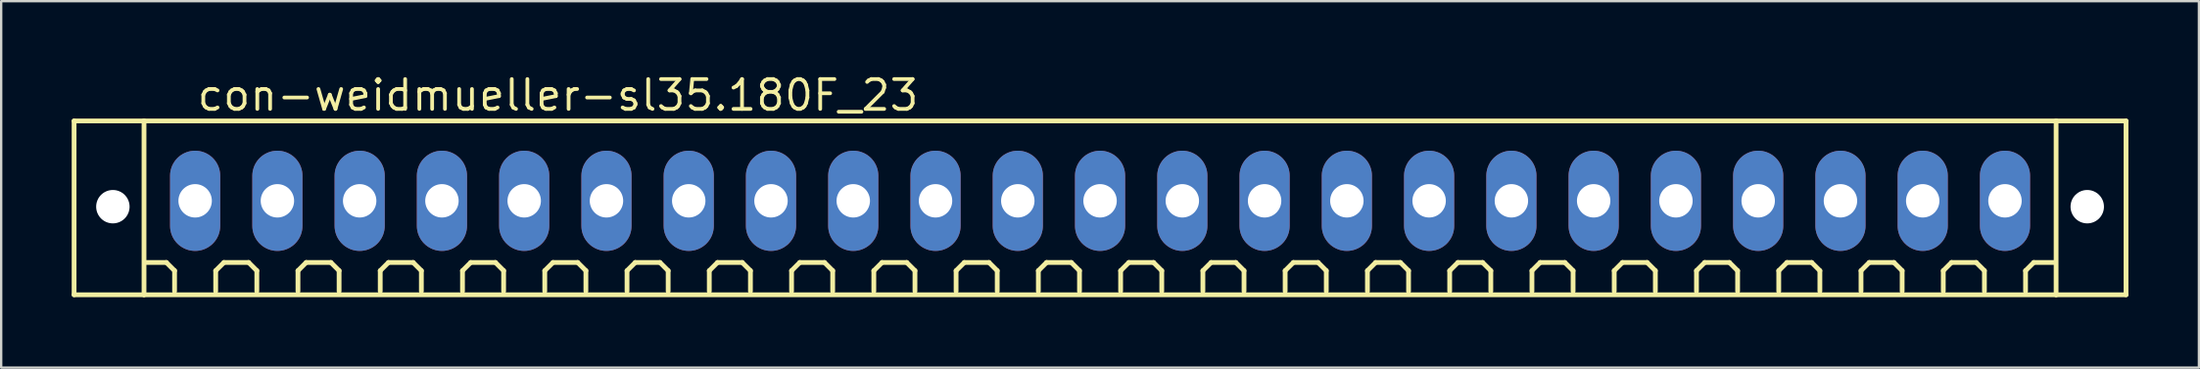
<source format=kicad_pcb>
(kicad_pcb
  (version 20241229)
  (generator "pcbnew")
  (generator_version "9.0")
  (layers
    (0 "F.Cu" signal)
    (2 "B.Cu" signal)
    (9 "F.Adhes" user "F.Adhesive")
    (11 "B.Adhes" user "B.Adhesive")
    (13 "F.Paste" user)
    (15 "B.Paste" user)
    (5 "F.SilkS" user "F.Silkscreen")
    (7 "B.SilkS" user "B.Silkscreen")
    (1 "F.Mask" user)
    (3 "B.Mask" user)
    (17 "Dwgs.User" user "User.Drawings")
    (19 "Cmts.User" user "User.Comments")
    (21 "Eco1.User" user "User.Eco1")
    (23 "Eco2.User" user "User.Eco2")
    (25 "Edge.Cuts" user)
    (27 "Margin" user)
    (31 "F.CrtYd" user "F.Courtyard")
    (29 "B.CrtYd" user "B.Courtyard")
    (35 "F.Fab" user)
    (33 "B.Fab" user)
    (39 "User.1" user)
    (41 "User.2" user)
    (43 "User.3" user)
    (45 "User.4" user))
  (footprint "con-weidmueller-sl35.180F_23"
    (layer "F.Cu")
    (at 43.752 5.5)
    (property "Reference" "con-weidmueller-sl35.180F_23" (at -38.5 -3.75 0) (layer "F.SilkS") (effects (font (size 1.27 1.27) (thickness 0.16)) (justify left bottom)))
    (attr through_hole)
    (fp_line (start -43.65 -3.4) (end -40.675 -3.4) (stroke (width 0.203) (type default)) (layer "F.SilkS"))
    (fp_line (start -43.65 4) (end -43.65 -3.4) (stroke (width 0.203) (type default)) (layer "F.SilkS"))
    (fp_line (start -40.675 -3.4) (end 40.675 -3.4) (stroke (width 0.203) (type default)) (layer "F.SilkS"))
    (fp_line (start -40.675 4) (end -43.65 4) (stroke (width 0.203) (type default)) (layer "F.SilkS"))
    (fp_line (start -40.675 4) (end -40.675 -3.4) (stroke (width 0.203) (type default)) (layer "F.SilkS"))
    (fp_line (start -39.725 2.625) (end -40.6 2.625) (stroke (width 0.203) (type default)) (layer "F.SilkS"))
    (fp_line (start -39.375 2.975) (end -39.725 2.625) (stroke (width 0.203) (type default)) (layer "F.SilkS"))
    (fp_line (start -39.375 3.85) (end -39.375 2.975) (stroke (width 0.203) (type default)) (layer "F.SilkS"))
    (fp_line (start -37.625 2.975) (end -37.275 2.625) (stroke (width 0.203) (type default)) (layer "F.SilkS"))
    (fp_line (start -37.625 3.85) (end -37.625 2.975) (stroke (width 0.203) (type default)) (layer "F.SilkS"))
    (fp_line (start -37.275 2.625) (end -36.225 2.625) (stroke (width 0.203) (type default)) (layer "F.SilkS"))
    (fp_line (start -36.225 2.625) (end -35.875 2.975) (stroke (width 0.203) (type default)) (layer "F.SilkS"))
    (fp_line (start -35.875 2.975) (end -35.875 3.85) (stroke (width 0.203) (type default)) (layer "F.SilkS"))
    (fp_line (start -34.125 2.975) (end -33.775 2.625) (stroke (width 0.203) (type default)) (layer "F.SilkS"))
    (fp_line (start -34.125 3.85) (end -34.125 2.975) (stroke (width 0.203) (type default)) (layer "F.SilkS"))
    (fp_line (start -33.775 2.625) (end -32.725 2.625) (stroke (width 0.203) (type default)) (layer "F.SilkS"))
    (fp_line (start -32.725 2.625) (end -32.375 2.975) (stroke (width 0.203) (type default)) (layer "F.SilkS"))
    (fp_line (start -32.375 2.975) (end -32.375 3.85) (stroke (width 0.203) (type default)) (layer "F.SilkS"))
    (fp_line (start -30.625 2.975) (end -30.275 2.625) (stroke (width 0.203) (type default)) (layer "F.SilkS"))
    (fp_line (start -30.625 3.85) (end -30.625 2.975) (stroke (width 0.203) (type default)) (layer "F.SilkS"))
    (fp_line (start -30.275 2.625) (end -29.225 2.625) (stroke (width 0.203) (type default)) (layer "F.SilkS"))
    (fp_line (start -29.225 2.625) (end -28.875 2.975) (stroke (width 0.203) (type default)) (layer "F.SilkS"))
    (fp_line (start -28.875 2.975) (end -28.875 3.85) (stroke (width 0.203) (type default)) (layer "F.SilkS"))
    (fp_line (start -27.125 2.975) (end -26.775 2.625) (stroke (width 0.203) (type default)) (layer "F.SilkS"))
    (fp_line (start -27.125 3.85) (end -27.125 2.975) (stroke (width 0.203) (type default)) (layer "F.SilkS"))
    (fp_line (start -26.775 2.625) (end -25.725 2.625) (stroke (width 0.203) (type default)) (layer "F.SilkS"))
    (fp_line (start -25.725 2.625) (end -25.375 2.975) (stroke (width 0.203) (type default)) (layer "F.SilkS"))
    (fp_line (start -25.375 2.975) (end -25.375 3.85) (stroke (width 0.203) (type default)) (layer "F.SilkS"))
    (fp_line (start -23.625 2.975) (end -23.275 2.625) (stroke (width 0.203) (type default)) (layer "F.SilkS"))
    (fp_line (start -23.625 3.85) (end -23.625 2.975) (stroke (width 0.203) (type default)) (layer "F.SilkS"))
    (fp_line (start -23.275 2.625) (end -22.225 2.625) (stroke (width 0.203) (type default)) (layer "F.SilkS"))
    (fp_line (start -22.225 2.625) (end -21.875 2.975) (stroke (width 0.203) (type default)) (layer "F.SilkS"))
    (fp_line (start -21.875 2.975) (end -21.875 3.85) (stroke (width 0.203) (type default)) (layer "F.SilkS"))
    (fp_line (start -20.125 2.975) (end -19.775 2.625) (stroke (width 0.203) (type default)) (layer "F.SilkS"))
    (fp_line (start -20.125 3.85) (end -20.125 2.975) (stroke (width 0.203) (type default)) (layer "F.SilkS"))
    (fp_line (start -19.775 2.625) (end -18.725 2.625) (stroke (width 0.203) (type default)) (layer "F.SilkS"))
    (fp_line (start -18.725 2.625) (end -18.375 2.975) (stroke (width 0.203) (type default)) (layer "F.SilkS"))
    (fp_line (start -18.375 2.975) (end -18.375 3.85) (stroke (width 0.203) (type default)) (layer "F.SilkS"))
    (fp_line (start -16.625 2.975) (end -16.275 2.625) (stroke (width 0.203) (type default)) (layer "F.SilkS"))
    (fp_line (start -16.625 3.85) (end -16.625 2.975) (stroke (width 0.203) (type default)) (layer "F.SilkS"))
    (fp_line (start -16.275 2.625) (end -15.225 2.625) (stroke (width 0.203) (type default)) (layer "F.SilkS"))
    (fp_line (start -15.225 2.625) (end -14.875 2.975) (stroke (width 0.203) (type default)) (layer "F.SilkS"))
    (fp_line (start -14.875 2.975) (end -14.875 3.85) (stroke (width 0.203) (type default)) (layer "F.SilkS"))
    (fp_line (start -13.125 2.975) (end -12.775 2.625) (stroke (width 0.203) (type default)) (layer "F.SilkS"))
    (fp_line (start -13.125 3.85) (end -13.125 2.975) (stroke (width 0.203) (type default)) (layer "F.SilkS"))
    (fp_line (start -12.775 2.625) (end -11.725 2.625) (stroke (width 0.203) (type default)) (layer "F.SilkS"))
    (fp_line (start -11.725 2.625) (end -11.375 2.975) (stroke (width 0.203) (type default)) (layer "F.SilkS"))
    (fp_line (start -11.375 2.975) (end -11.375 3.85) (stroke (width 0.203) (type default)) (layer "F.SilkS"))
    (fp_line (start -9.625 2.975) (end -9.275 2.625) (stroke (width 0.203) (type default)) (layer "F.SilkS"))
    (fp_line (start -9.625 3.85) (end -9.625 2.975) (stroke (width 0.203) (type default)) (layer "F.SilkS"))
    (fp_line (start -9.275 2.625) (end -8.225 2.625) (stroke (width 0.203) (type default)) (layer "F.SilkS"))
    (fp_line (start -8.225 2.625) (end -7.875 2.975) (stroke (width 0.203) (type default)) (layer "F.SilkS"))
    (fp_line (start -7.875 2.975) (end -7.875 3.85) (stroke (width 0.203) (type default)) (layer "F.SilkS"))
    (fp_line (start -6.125 2.975) (end -5.775 2.625) (stroke (width 0.203) (type default)) (layer "F.SilkS"))
    (fp_line (start -6.125 3.85) (end -6.125 2.975) (stroke (width 0.203) (type default)) (layer "F.SilkS"))
    (fp_line (start -5.775 2.625) (end -4.725 2.625) (stroke (width 0.203) (type default)) (layer "F.SilkS"))
    (fp_line (start -4.725 2.625) (end -4.375 2.975) (stroke (width 0.203) (type default)) (layer "F.SilkS"))
    (fp_line (start -4.375 2.975) (end -4.375 3.85) (stroke (width 0.203) (type default)) (layer "F.SilkS"))
    (fp_line (start -2.625 2.975) (end -2.275 2.625) (stroke (width 0.203) (type default)) (layer "F.SilkS"))
    (fp_line (start -2.625 3.85) (end -2.625 2.975) (stroke (width 0.203) (type default)) (layer "F.SilkS"))
    (fp_line (start -2.275 2.625) (end -1.225 2.625) (stroke (width 0.203) (type default)) (layer "F.SilkS"))
    (fp_line (start -1.225 2.625) (end -0.875 2.975) (stroke (width 0.203) (type default)) (layer "F.SilkS"))
    (fp_line (start -0.875 2.975) (end -0.875 3.85) (stroke (width 0.203) (type default)) (layer "F.SilkS"))
    (fp_line (start 0.875 2.975) (end 1.225 2.625) (stroke (width 0.203) (type default)) (layer "F.SilkS"))
    (fp_line (start 0.875 3.85) (end 0.875 2.975) (stroke (width 0.203) (type default)) (layer "F.SilkS"))
    (fp_line (start 1.225 2.625) (end 2.275 2.625) (stroke (width 0.203) (type default)) (layer "F.SilkS"))
    (fp_line (start 2.275 2.625) (end 2.625 2.975) (stroke (width 0.203) (type default)) (layer "F.SilkS"))
    (fp_line (start 2.625 2.975) (end 2.625 3.85) (stroke (width 0.203) (type default)) (layer "F.SilkS"))
    (fp_line (start 4.375 2.975) (end 4.725 2.625) (stroke (width 0.203) (type default)) (layer "F.SilkS"))
    (fp_line (start 4.375 3.85) (end 4.375 2.975) (stroke (width 0.203) (type default)) (layer "F.SilkS"))
    (fp_line (start 4.725 2.625) (end 5.775 2.625) (stroke (width 0.203) (type default)) (layer "F.SilkS"))
    (fp_line (start 5.775 2.625) (end 6.125 2.975) (stroke (width 0.203) (type default)) (layer "F.SilkS"))
    (fp_line (start 6.125 2.975) (end 6.125 3.85) (stroke (width 0.203) (type default)) (layer "F.SilkS"))
    (fp_line (start 7.875 2.975) (end 8.225 2.625) (stroke (width 0.203) (type default)) (layer "F.SilkS"))
    (fp_line (start 7.875 3.85) (end 7.875 2.975) (stroke (width 0.203) (type default)) (layer "F.SilkS"))
    (fp_line (start 8.225 2.625) (end 9.275 2.625) (stroke (width 0.203) (type default)) (layer "F.SilkS"))
    (fp_line (start 9.275 2.625) (end 9.625 2.975) (stroke (width 0.203) (type default)) (layer "F.SilkS"))
    (fp_line (start 9.625 2.975) (end 9.625 3.85) (stroke (width 0.203) (type default)) (layer "F.SilkS"))
    (fp_line (start 11.375 2.975) (end 11.725 2.625) (stroke (width 0.203) (type default)) (layer "F.SilkS"))
    (fp_line (start 11.375 3.85) (end 11.375 2.975) (stroke (width 0.203) (type default)) (layer "F.SilkS"))
    (fp_line (start 11.725 2.625) (end 12.775 2.625) (stroke (width 0.203) (type default)) (layer "F.SilkS"))
    (fp_line (start 12.775 2.625) (end 13.125 2.975) (stroke (width 0.203) (type default)) (layer "F.SilkS"))
    (fp_line (start 13.125 2.975) (end 13.125 3.85) (stroke (width 0.203) (type default)) (layer "F.SilkS"))
    (fp_line (start 14.875 2.975) (end 15.225 2.625) (stroke (width 0.203) (type default)) (layer "F.SilkS"))
    (fp_line (start 14.875 3.85) (end 14.875 2.975) (stroke (width 0.203) (type default)) (layer "F.SilkS"))
    (fp_line (start 15.225 2.625) (end 16.275 2.625) (stroke (width 0.203) (type default)) (layer "F.SilkS"))
    (fp_line (start 16.275 2.625) (end 16.625 2.975) (stroke (width 0.203) (type default)) (layer "F.SilkS"))
    (fp_line (start 16.625 2.975) (end 16.625 3.85) (stroke (width 0.203) (type default)) (layer "F.SilkS"))
    (fp_line (start 18.375 2.975) (end 18.725 2.625) (stroke (width 0.203) (type default)) (layer "F.SilkS"))
    (fp_line (start 18.375 3.85) (end 18.375 2.975) (stroke (width 0.203) (type default)) (layer "F.SilkS"))
    (fp_line (start 18.725 2.625) (end 19.775 2.625) (stroke (width 0.203) (type default)) (layer "F.SilkS"))
    (fp_line (start 19.775 2.625) (end 20.125 2.975) (stroke (width 0.203) (type default)) (layer "F.SilkS"))
    (fp_line (start 20.125 2.975) (end 20.125 3.85) (stroke (width 0.203) (type default)) (layer "F.SilkS"))
    (fp_line (start 21.875 2.975) (end 22.225 2.625) (stroke (width 0.203) (type default)) (layer "F.SilkS"))
    (fp_line (start 21.875 3.85) (end 21.875 2.975) (stroke (width 0.203) (type default)) (layer "F.SilkS"))
    (fp_line (start 22.225 2.625) (end 23.275 2.625) (stroke (width 0.203) (type default)) (layer "F.SilkS"))
    (fp_line (start 23.275 2.625) (end 23.625 2.975) (stroke (width 0.203) (type default)) (layer "F.SilkS"))
    (fp_line (start 23.625 2.975) (end 23.625 3.85) (stroke (width 0.203) (type default)) (layer "F.SilkS"))
    (fp_line (start 25.375 2.975) (end 25.725 2.625) (stroke (width 0.203) (type default)) (layer "F.SilkS"))
    (fp_line (start 25.375 3.85) (end 25.375 2.975) (stroke (width 0.203) (type default)) (layer "F.SilkS"))
    (fp_line (start 25.725 2.625) (end 26.775 2.625) (stroke (width 0.203) (type default)) (layer "F.SilkS"))
    (fp_line (start 26.775 2.625) (end 27.125 2.975) (stroke (width 0.203) (type default)) (layer "F.SilkS"))
    (fp_line (start 27.125 2.975) (end 27.125 3.85) (stroke (width 0.203) (type default)) (layer "F.SilkS"))
    (fp_line (start 28.875 2.975) (end 29.225 2.625) (stroke (width 0.203) (type default)) (layer "F.SilkS"))
    (fp_line (start 28.875 3.85) (end 28.875 2.975) (stroke (width 0.203) (type default)) (layer "F.SilkS"))
    (fp_line (start 29.225 2.625) (end 30.275 2.625) (stroke (width 0.203) (type default)) (layer "F.SilkS"))
    (fp_line (start 30.275 2.625) (end 30.625 2.975) (stroke (width 0.203) (type default)) (layer "F.SilkS"))
    (fp_line (start 30.625 2.975) (end 30.625 3.85) (stroke (width 0.203) (type default)) (layer "F.SilkS"))
    (fp_line (start 32.375 2.975) (end 32.725 2.625) (stroke (width 0.203) (type default)) (layer "F.SilkS"))
    (fp_line (start 32.375 3.85) (end 32.375 2.975) (stroke (width 0.203) (type default)) (layer "F.SilkS"))
    (fp_line (start 32.725 2.625) (end 33.775 2.625) (stroke (width 0.203) (type default)) (layer "F.SilkS"))
    (fp_line (start 33.775 2.625) (end 34.125 2.975) (stroke (width 0.203) (type default)) (layer "F.SilkS"))
    (fp_line (start 34.125 2.975) (end 34.125 3.85) (stroke (width 0.203) (type default)) (layer "F.SilkS"))
    (fp_line (start 35.875 2.975) (end 36.225 2.625) (stroke (width 0.203) (type default)) (layer "F.SilkS"))
    (fp_line (start 35.875 3.85) (end 35.875 2.975) (stroke (width 0.203) (type default)) (layer "F.SilkS"))
    (fp_line (start 36.225 2.625) (end 37.275 2.625) (stroke (width 0.203) (type default)) (layer "F.SilkS"))
    (fp_line (start 37.275 2.625) (end 37.625 2.975) (stroke (width 0.203) (type default)) (layer "F.SilkS"))
    (fp_line (start 37.625 2.975) (end 37.625 3.85) (stroke (width 0.203) (type default)) (layer "F.SilkS"))
    (fp_line (start 39.375 2.975) (end 39.725 2.625) (stroke (width 0.203) (type default)) (layer "F.SilkS"))
    (fp_line (start 39.375 3.85) (end 39.375 2.975) (stroke (width 0.203) (type default)) (layer "F.SilkS"))
    (fp_line (start 39.725 2.625) (end 40.6 2.625) (stroke (width 0.203) (type default)) (layer "F.SilkS"))
    (fp_line (start 40.675 -3.4) (end 40.675 4) (stroke (width 0.203) (type default)) (layer "F.SilkS"))
    (fp_line (start 40.675 -3.4) (end 43.65 -3.4) (stroke (width 0.203) (type default)) (layer "F.SilkS"))
    (fp_line (start 40.675 4) (end -40.675 4) (stroke (width 0.203) (type default)) (layer "F.SilkS"))
    (fp_line (start 43.65 -3.4) (end 43.65 4) (stroke (width 0.203) (type default)) (layer "F.SilkS"))
    (fp_line (start 43.65 4) (end 40.675 4) (stroke (width 0.203) (type default)) (layer "F.SilkS"))
    (pad "" np_thru_hole circle (at -42 0.25) (size 1.422 1.422) (drill 1.422) (layers "*.Cu" "*.Mask"))
    (pad "" np_thru_hole circle (at 42 0.25) (size 1.422 1.422) (drill 1.422) (layers "*.Cu" "*.Mask"))
    (pad "1" thru_hole oval (at -38.5 0 90) (size 4.267 2.134) (drill 1.422) (layers "*.Cu" "*.Mask"))
    (pad "2" thru_hole oval (at -35 0 90) (size 4.267 2.134) (drill 1.422) (layers "*.Cu" "*.Mask"))
    (pad "3" thru_hole oval (at -31.5 0 90) (size 4.267 2.134) (drill 1.422) (layers "*.Cu" "*.Mask"))
    (pad "4" thru_hole oval (at -28 0 90) (size 4.267 2.134) (drill 1.422) (layers "*.Cu" "*.Mask"))
    (pad "5" thru_hole oval (at -24.5 0 90) (size 4.267 2.134) (drill 1.422) (layers "*.Cu" "*.Mask"))
    (pad "6" thru_hole oval (at -21 0 90) (size 4.267 2.134) (drill 1.422) (layers "*.Cu" "*.Mask"))
    (pad "7" thru_hole oval (at -17.5 0 90) (size 4.267 2.134) (drill 1.422) (layers "*.Cu" "*.Mask"))
    (pad "8" thru_hole oval (at -14 0 90) (size 4.267 2.134) (drill 1.422) (layers "*.Cu" "*.Mask"))
    (pad "9" thru_hole oval (at -10.5 0 90) (size 4.267 2.134) (drill 1.422) (layers "*.Cu" "*.Mask"))
    (pad "10" thru_hole oval (at -7 0 90) (size 4.267 2.134) (drill 1.422) (layers "*.Cu" "*.Mask"))
    (pad "11" thru_hole oval (at -3.5 0 90) (size 4.267 2.134) (drill 1.422) (layers "*.Cu" "*.Mask"))
    (pad "12" thru_hole oval (at 0 0 90) (size 4.267 2.134) (drill 1.422) (layers "*.Cu" "*.Mask"))
    (pad "13" thru_hole oval (at 3.5 0 90) (size 4.267 2.134) (drill 1.422) (layers "*.Cu" "*.Mask"))
    (pad "14" thru_hole oval (at 7 0 90) (size 4.267 2.134) (drill 1.422) (layers "*.Cu" "*.Mask"))
    (pad "15" thru_hole oval (at 10.5 0 90) (size 4.267 2.134) (drill 1.422) (layers "*.Cu" "*.Mask"))
    (pad "16" thru_hole oval (at 14 0 90) (size 4.267 2.134) (drill 1.422) (layers "*.Cu" "*.Mask"))
    (pad "17" thru_hole oval (at 17.5 0 90) (size 4.267 2.134) (drill 1.422) (layers "*.Cu" "*.Mask"))
    (pad "18" thru_hole oval (at 21 0 90) (size 4.267 2.134) (drill 1.422) (layers "*.Cu" "*.Mask"))
    (pad "19" thru_hole oval (at 24.5 0 90) (size 4.267 2.134) (drill 1.422) (layers "*.Cu" "*.Mask"))
    (pad "20" thru_hole oval (at 28 0 90) (size 4.267 2.134) (drill 1.422) (layers "*.Cu" "*.Mask"))
    (pad "21" thru_hole oval (at 31.5 0 90) (size 4.267 2.134) (drill 1.422) (layers "*.Cu" "*.Mask"))
    (pad "22" thru_hole oval (at 35 0 90) (size 4.267 2.134) (drill 1.422) (layers "*.Cu" "*.Mask"))
    (pad "23" thru_hole oval (at 38.5 0 90) (size 4.267 2.134) (drill 1.422) (layers "*.Cu" "*.Mask")))
  (gr_rect
    (start -3 -3)
    (end 90.503 12.602)
    (stroke (width 0.1) (type default))
    (fill no)
    (layer "Edge.Cuts")))
</source>
